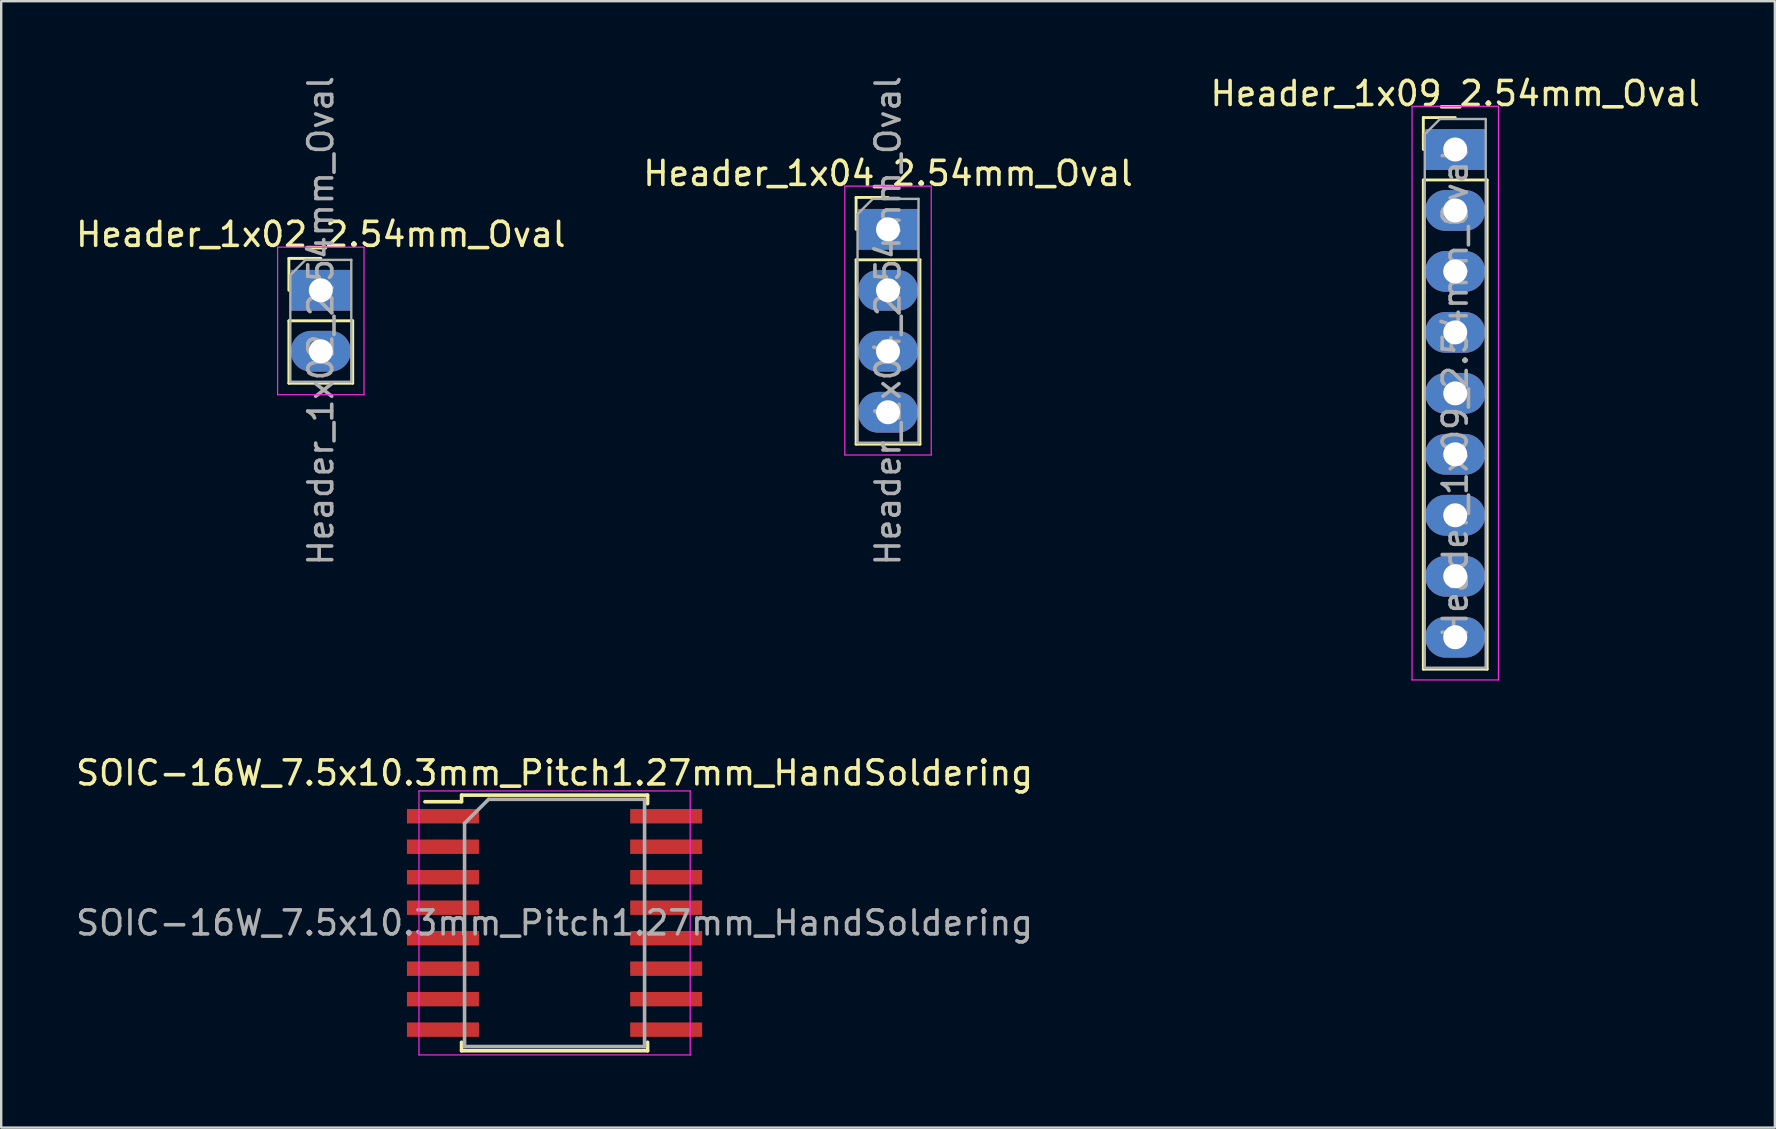
<source format=kicad_pcb>
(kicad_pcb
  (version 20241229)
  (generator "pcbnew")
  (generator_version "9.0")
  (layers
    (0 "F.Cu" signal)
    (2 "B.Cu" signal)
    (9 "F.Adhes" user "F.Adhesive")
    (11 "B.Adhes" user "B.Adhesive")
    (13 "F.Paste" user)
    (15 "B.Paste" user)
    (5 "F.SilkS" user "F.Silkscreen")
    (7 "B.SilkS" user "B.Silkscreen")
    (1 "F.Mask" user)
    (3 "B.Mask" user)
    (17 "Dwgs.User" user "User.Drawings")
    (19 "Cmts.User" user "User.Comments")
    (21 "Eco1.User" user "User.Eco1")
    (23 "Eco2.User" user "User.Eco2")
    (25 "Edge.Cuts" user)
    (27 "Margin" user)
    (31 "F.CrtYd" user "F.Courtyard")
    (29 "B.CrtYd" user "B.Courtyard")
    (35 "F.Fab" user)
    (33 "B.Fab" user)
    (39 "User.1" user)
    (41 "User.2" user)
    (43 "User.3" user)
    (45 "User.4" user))
  (footprint "SOIC-16W_7.5x10.3mm_Pitch1.27mm_HandSoldering"
    (layer "F.Cu")
    (at 20.054 35.401)
    (property "Reference" "SOIC-16W_7.5x10.3mm_Pitch1.27mm_HandSoldering" (at 0 -6.25 0) (layer "F.SilkS") (effects (font (size 1 1) (thickness 0.15))))
    (attr smd)
    (fp_line (start -3.875 -5.325) (end -3.875 -5.05) (stroke (width 0.15) (type solid)) (layer "F.SilkS"))
    (fp_line (start -3.875 -5.325) (end 3.875 -5.325) (stroke (width 0.15) (type solid)) (layer "F.SilkS"))
    (fp_line (start -3.875 -5.05) (end -5.4 -5.05) (stroke (width 0.15) (type solid)) (layer "F.SilkS"))
    (fp_line (start -3.875 5.325) (end -3.875 4.97) (stroke (width 0.15) (type solid)) (layer "F.SilkS"))
    (fp_line (start -3.875 5.325) (end 3.875 5.325) (stroke (width 0.15) (type solid)) (layer "F.SilkS"))
    (fp_line (start 3.875 -5.325) (end 3.875 -4.97) (stroke (width 0.15) (type solid)) (layer "F.SilkS"))
    (fp_line (start 3.875 5.325) (end 3.875 4.97) (stroke (width 0.15) (type solid)) (layer "F.SilkS"))
    (fp_line (start -5.65 -5.5) (end -5.65 5.5) (stroke (width 0.05) (type solid)) (layer "F.CrtYd"))
    (fp_line (start -5.65 -5.5) (end 5.65 -5.5) (stroke (width 0.05) (type solid)) (layer "F.CrtYd"))
    (fp_line (start -5.65 5.5) (end 5.65 5.5) (stroke (width 0.05) (type solid)) (layer "F.CrtYd"))
    (fp_line (start 5.65 -5.5) (end 5.65 5.5) (stroke (width 0.05) (type solid)) (layer "F.CrtYd"))
    (fp_line (start -3.75 -4.15) (end -2.75 -5.15) (stroke (width 0.15) (type solid)) (layer "F.Fab"))
    (fp_line (start -3.75 5.15) (end -3.75 -4.15) (stroke (width 0.15) (type solid)) (layer "F.Fab"))
    (fp_line (start -2.75 -5.15) (end 3.75 -5.15) (stroke (width 0.15) (type solid)) (layer "F.Fab"))
    (fp_line (start 3.75 -5.15) (end 3.75 5.15) (stroke (width 0.15) (type solid)) (layer "F.Fab"))
    (fp_line (start 3.75 5.15) (end -3.75 5.15) (stroke (width 0.15) (type solid)) (layer "F.Fab"))
    (fp_text user "${REFERENCE}" (at 0 0 0) (layer "F.Fab") (effects (font (size 1 1) (thickness 0.15))))
    (pad "1" smd rect (at -4.65 -4.445) (size 3 0.6) (layers "F.Cu" "F.Mask" "F.Paste"))
    (pad "2" smd rect (at -4.65 -3.175) (size 3 0.6) (layers "F.Cu" "F.Mask" "F.Paste"))
    (pad "3" smd rect (at -4.65 -1.905) (size 3 0.6) (layers "F.Cu" "F.Mask" "F.Paste"))
    (pad "4" smd rect (at -4.65 -0.635) (size 3 0.6) (layers "F.Cu" "F.Mask" "F.Paste"))
    (pad "5" smd rect (at -4.65 0.635) (size 3 0.6) (layers "F.Cu" "F.Mask" "F.Paste"))
    (pad "6" smd rect (at -4.65 1.905) (size 3 0.6) (layers "F.Cu" "F.Mask" "F.Paste"))
    (pad "7" smd rect (at -4.65 3.175) (size 3 0.6) (layers "F.Cu" "F.Mask" "F.Paste"))
    (pad "8" smd rect (at -4.65 4.445) (size 3 0.6) (layers "F.Cu" "F.Mask" "F.Paste"))
    (pad "9" smd rect (at 4.65 4.445) (size 3 0.6) (layers "F.Cu" "F.Mask" "F.Paste"))
    (pad "10" smd rect (at 4.65 3.175) (size 3 0.6) (layers "F.Cu" "F.Mask" "F.Paste"))
    (pad "11" smd rect (at 4.65 1.905) (size 3 0.6) (layers "F.Cu" "F.Mask" "F.Paste"))
    (pad "12" smd rect (at 4.65 0.635) (size 3 0.6) (layers "F.Cu" "F.Mask" "F.Paste"))
    (pad "13" smd rect (at 4.65 -0.635) (size 3 0.6) (layers "F.Cu" "F.Mask" "F.Paste"))
    (pad "14" smd rect (at 4.65 -1.905) (size 3 0.6) (layers "F.Cu" "F.Mask" "F.Paste"))
    (pad "15" smd rect (at 4.65 -3.175) (size 3 0.6) (layers "F.Cu" "F.Mask" "F.Paste"))
    (pad "16" smd rect (at 4.65 -4.445) (size 3 0.6) (layers "F.Cu" "F.Mask" "F.Paste")))
  (footprint "Header_1x09_2.54mm_Oval"
    (layer "F.Cu")
    (at 57.577 3.178)
    (property "Reference" "Header_1x09_2.54mm_Oval" (at 0 -2.33 0) (layer "F.SilkS") (effects (font (size 1 1) (thickness 0.15))))
    (attr through_hole)
    (fp_line (start -1.33 -1.33) (end 0 -1.33) (stroke (width 0.12) (type solid)) (layer "F.SilkS"))
    (fp_line (start -1.33 0) (end -1.33 -1.33) (stroke (width 0.12) (type solid)) (layer "F.SilkS"))
    (fp_line (start -1.33 1.27) (end -1.33 21.65) (stroke (width 0.12) (type solid)) (layer "F.SilkS"))
    (fp_line (start -1.33 1.27) (end 1.33 1.27) (stroke (width 0.12) (type solid)) (layer "F.SilkS"))
    (fp_line (start -1.33 21.65) (end 1.33 21.65) (stroke (width 0.12) (type solid)) (layer "F.SilkS"))
    (fp_line (start 1.33 1.27) (end 1.33 21.65) (stroke (width 0.12) (type solid)) (layer "F.SilkS"))
    (fp_line (start -1.8 -1.8) (end -1.8 22.1) (stroke (width 0.05) (type solid)) (layer "F.CrtYd"))
    (fp_line (start -1.8 22.1) (end 1.8 22.1) (stroke (width 0.05) (type solid)) (layer "F.CrtYd"))
    (fp_line (start 1.8 -1.8) (end -1.8 -1.8) (stroke (width 0.05) (type solid)) (layer "F.CrtYd"))
    (fp_line (start 1.8 22.1) (end 1.8 -1.8) (stroke (width 0.05) (type solid)) (layer "F.CrtYd"))
    (fp_line (start -1.27 -0.635) (end -0.635 -1.27) (stroke (width 0.1) (type solid)) (layer "F.Fab"))
    (fp_line (start -1.27 21.59) (end -1.27 -0.635) (stroke (width 0.1) (type solid)) (layer "F.Fab"))
    (fp_line (start -0.635 -1.27) (end 1.27 -1.27) (stroke (width 0.1) (type solid)) (layer "F.Fab"))
    (fp_line (start 1.27 -1.27) (end 1.27 21.59) (stroke (width 0.1) (type solid)) (layer "F.Fab"))
    (fp_line (start 1.27 21.59) (end -1.27 21.59) (stroke (width 0.1) (type solid)) (layer "F.Fab"))
    (fp_text user "${REFERENCE}" (at 0 10.16 90) (layer "F.Fab") (effects (font (size 1 1) (thickness 0.15))))
    (pad "1" thru_hole rect (at 0 0) (size 2.5 1.7) (drill 1) (layers "*.Cu" "*.Mask"))
    (pad "2" thru_hole oval (at 0 2.54) (size 2.5 1.7) (drill 1) (layers "*.Cu" "*.Mask"))
    (pad "3" thru_hole oval (at 0 5.08) (size 2.5 1.7) (drill 1) (layers "*.Cu" "*.Mask"))
    (pad "4" thru_hole oval (at 0 7.62) (size 2.5 1.7) (drill 1) (layers "*.Cu" "*.Mask"))
    (pad "5" thru_hole oval (at 0 10.16) (size 2.5 1.7) (drill 1) (layers "*.Cu" "*.Mask"))
    (pad "6" thru_hole oval (at 0 12.7) (size 2.5 1.7) (drill 1) (layers "*.Cu" "*.Mask"))
    (pad "7" thru_hole oval (at 0 15.24) (size 2.5 1.7) (drill 1) (layers "*.Cu" "*.Mask"))
    (pad "8" thru_hole oval (at 0 17.78) (size 2.5 1.7) (drill 1) (layers "*.Cu" "*.Mask"))
    (pad "9" thru_hole oval (at 0 20.32) (size 2.5 1.7) (drill 1) (layers "*.Cu" "*.Mask")))
  (footprint "Header_1x04_2.54mm_Oval"
    (layer "F.Cu")
    (at 33.946 6.505)
    (property "Reference" "Header_1x04_2.54mm_Oval" (at 0 -2.33 0) (layer "F.SilkS") (effects (font (size 1 1) (thickness 0.15))))
    (attr through_hole)
    (fp_line (start -1.33 -1.33) (end 0 -1.33) (stroke (width 0.12) (type solid)) (layer "F.SilkS"))
    (fp_line (start -1.33 0) (end -1.33 -1.33) (stroke (width 0.12) (type solid)) (layer "F.SilkS"))
    (fp_line (start -1.33 1.27) (end -1.33 8.95) (stroke (width 0.12) (type solid)) (layer "F.SilkS"))
    (fp_line (start -1.33 1.27) (end 1.33 1.27) (stroke (width 0.12) (type solid)) (layer "F.SilkS"))
    (fp_line (start -1.33 8.95) (end 1.33 8.95) (stroke (width 0.12) (type solid)) (layer "F.SilkS"))
    (fp_line (start 1.33 1.27) (end 1.33 8.95) (stroke (width 0.12) (type solid)) (layer "F.SilkS"))
    (fp_line (start -1.8 -1.8) (end -1.8 9.4) (stroke (width 0.05) (type solid)) (layer "F.CrtYd"))
    (fp_line (start -1.8 9.4) (end 1.8 9.4) (stroke (width 0.05) (type solid)) (layer "F.CrtYd"))
    (fp_line (start 1.8 -1.8) (end -1.8 -1.8) (stroke (width 0.05) (type solid)) (layer "F.CrtYd"))
    (fp_line (start 1.8 9.4) (end 1.8 -1.8) (stroke (width 0.05) (type solid)) (layer "F.CrtYd"))
    (fp_line (start -1.27 -0.635) (end -0.635 -1.27) (stroke (width 0.1) (type solid)) (layer "F.Fab"))
    (fp_line (start -1.27 8.89) (end -1.27 -0.635) (stroke (width 0.1) (type solid)) (layer "F.Fab"))
    (fp_line (start -0.635 -1.27) (end 1.27 -1.27) (stroke (width 0.1) (type solid)) (layer "F.Fab"))
    (fp_line (start 1.27 -1.27) (end 1.27 8.89) (stroke (width 0.1) (type solid)) (layer "F.Fab"))
    (fp_line (start 1.27 8.89) (end -1.27 8.89) (stroke (width 0.1) (type solid)) (layer "F.Fab"))
    (fp_text user "${REFERENCE}" (at 0 3.81 90) (layer "F.Fab") (effects (font (size 1 1) (thickness 0.15))))
    (pad "1" thru_hole rect (at 0 0) (size 2.5 1.7) (drill 1) (layers "*.Cu" "*.Mask"))
    (pad "2" thru_hole oval (at 0 2.54) (size 2.5 1.7) (drill 1) (layers "*.Cu" "*.Mask"))
    (pad "3" thru_hole oval (at 0 5.08) (size 2.5 1.7) (drill 1) (layers "*.Cu" "*.Mask"))
    (pad "4" thru_hole oval (at 0 7.62) (size 2.5 1.7) (drill 1) (layers "*.Cu" "*.Mask")))
  (footprint "Header_1x02_2.54mm_Oval"
    (layer "F.Cu")
    (at 10.315 9.045)
    (property "Reference" "Header_1x02_2.54mm_Oval" (at 0 -2.33 0) (layer "F.SilkS") (effects (font (size 1 1) (thickness 0.15))))
    (attr through_hole)
    (fp_line (start -1.33 -1.33) (end 0 -1.33) (stroke (width 0.12) (type solid)) (layer "F.SilkS"))
    (fp_line (start -1.33 0) (end -1.33 -1.33) (stroke (width 0.12) (type solid)) (layer "F.SilkS"))
    (fp_line (start -1.33 1.27) (end -1.33 3.87) (stroke (width 0.12) (type solid)) (layer "F.SilkS"))
    (fp_line (start -1.33 1.27) (end 1.33 1.27) (stroke (width 0.12) (type solid)) (layer "F.SilkS"))
    (fp_line (start -1.33 3.87) (end 1.33 3.87) (stroke (width 0.12) (type solid)) (layer "F.SilkS"))
    (fp_line (start 1.33 1.27) (end 1.33 3.87) (stroke (width 0.12) (type solid)) (layer "F.SilkS"))
    (fp_line (start -1.8 -1.8) (end -1.8 4.35) (stroke (width 0.05) (type solid)) (layer "F.CrtYd"))
    (fp_line (start -1.8 4.35) (end 1.8 4.35) (stroke (width 0.05) (type solid)) (layer "F.CrtYd"))
    (fp_line (start 1.8 -1.8) (end -1.8 -1.8) (stroke (width 0.05) (type solid)) (layer "F.CrtYd"))
    (fp_line (start 1.8 4.35) (end 1.8 -1.8) (stroke (width 0.05) (type solid)) (layer "F.CrtYd"))
    (fp_line (start -1.27 -0.635) (end -0.635 -1.27) (stroke (width 0.1) (type solid)) (layer "F.Fab"))
    (fp_line (start -1.27 3.81) (end -1.27 -0.635) (stroke (width 0.1) (type solid)) (layer "F.Fab"))
    (fp_line (start -0.635 -1.27) (end 1.27 -1.27) (stroke (width 0.1) (type solid)) (layer "F.Fab"))
    (fp_line (start 1.27 -1.27) (end 1.27 3.81) (stroke (width 0.1) (type solid)) (layer "F.Fab"))
    (fp_line (start 1.27 3.81) (end -1.27 3.81) (stroke (width 0.1) (type solid)) (layer "F.Fab"))
    (fp_text user "${REFERENCE}" (at 0 1.27 90) (layer "F.Fab") (effects (font (size 1 1) (thickness 0.15))))
    (pad "1" thru_hole rect (at 0 0) (size 2.5 1.7) (drill 1) (layers "*.Cu" "*.Mask"))
    (pad "2" thru_hole oval (at 0 2.54) (size 2.5 1.7) (drill 1) (layers "*.Cu" "*.Mask")))
  (gr_rect
    (start -3 -3)
    (end 70.893 43.926)
    (stroke (width 0.1) (type default))
    (fill no)
    (layer "Edge.Cuts")))
</source>
